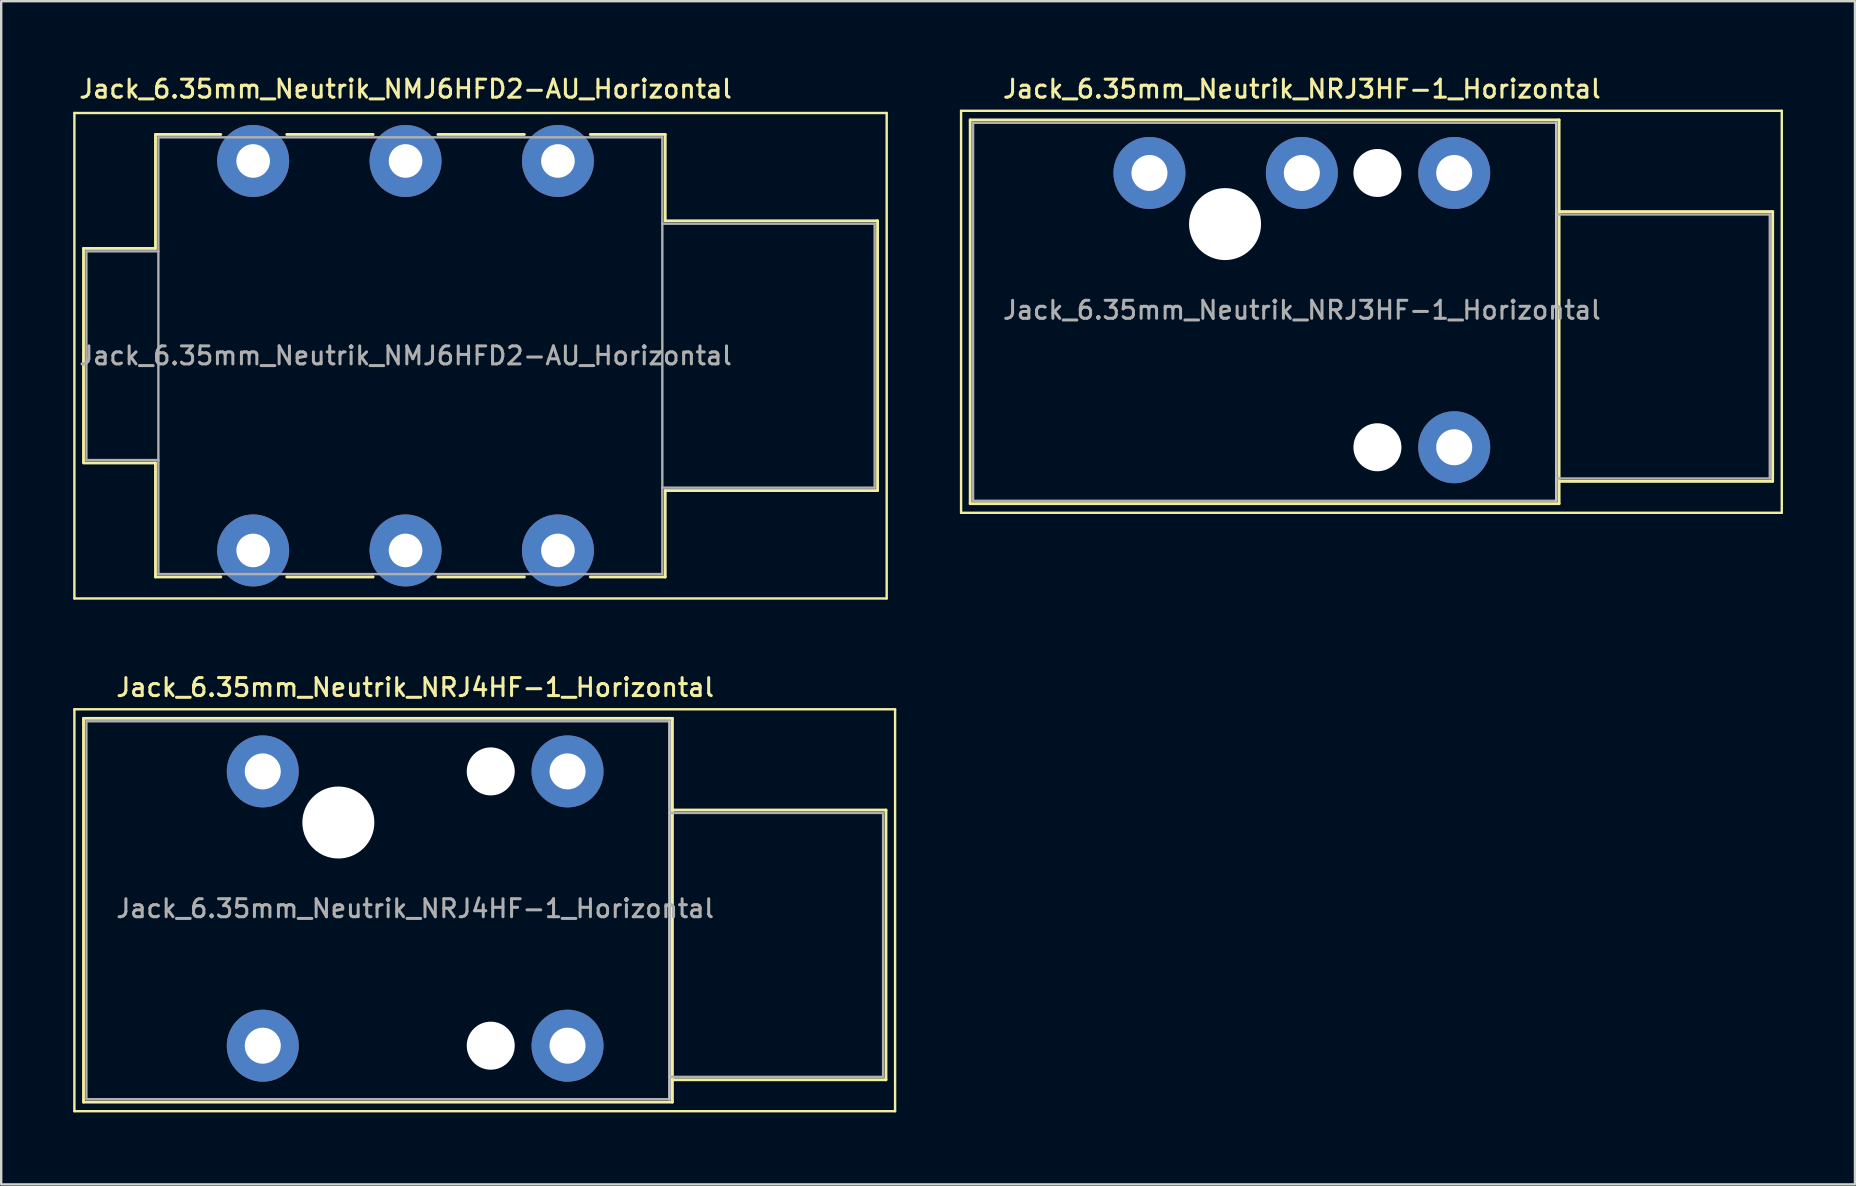
<source format=kicad_pcb>
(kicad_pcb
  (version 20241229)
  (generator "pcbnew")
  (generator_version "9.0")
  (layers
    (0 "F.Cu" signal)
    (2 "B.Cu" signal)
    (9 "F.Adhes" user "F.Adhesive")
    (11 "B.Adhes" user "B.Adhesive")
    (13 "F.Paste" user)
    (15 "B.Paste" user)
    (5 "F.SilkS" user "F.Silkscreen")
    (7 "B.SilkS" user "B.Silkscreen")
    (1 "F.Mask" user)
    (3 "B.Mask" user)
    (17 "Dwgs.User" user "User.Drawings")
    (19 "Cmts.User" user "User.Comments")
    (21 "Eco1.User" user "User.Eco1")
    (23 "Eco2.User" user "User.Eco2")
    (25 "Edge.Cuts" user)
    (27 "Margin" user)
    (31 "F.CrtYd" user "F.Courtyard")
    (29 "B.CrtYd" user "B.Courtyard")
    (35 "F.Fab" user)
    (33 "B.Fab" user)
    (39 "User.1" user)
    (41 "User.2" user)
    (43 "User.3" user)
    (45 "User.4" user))
  (footprint "Jack_6.35mm_Neutrik_NRJ3HF-1_Horizontal"
    (layer "F.Cu")
    (at 44.85 4.158)
    (property "Reference" "Jack_6.35mm_Neutrik_NRJ3HF-1_Horizontal" (at 6.35 -3.5 0) (layer "F.SilkS") (effects (font (size 0.75 0.75) (thickness 0.125))))
    (attr through_hole)
    (fp_line (start -7.85 14.16) (end -7.85 -2.59) (stroke (width 0.1) (type solid)) (layer "F.SilkS"))
    (fp_line (start -7.85 14.16) (end 26.35 14.16) (stroke (width 0.1) (type solid)) (layer "F.SilkS"))
    (fp_line (start -7.47 -2.21) (end 17.07 -2.21) (stroke (width 0.12) (type solid)) (layer "F.SilkS"))
    (fp_line (start -7.47 13.78) (end -7.47 -2.21) (stroke (width 0.12) (type solid)) (layer "F.SilkS"))
    (fp_line (start -7.47 13.78) (end 17.07 13.78) (stroke (width 0.12) (type solid)) (layer "F.SilkS"))
    (fp_line (start 17.07 -2.21) (end 17.07 13.78) (stroke (width 0.12) (type solid)) (layer "F.SilkS"))
    (fp_line (start 25.97 1.61) (end 17.07 1.61) (stroke (width 0.12) (type solid)) (layer "F.SilkS"))
    (fp_line (start 25.97 12.85) (end 17.07 12.85) (stroke (width 0.12) (type solid)) (layer "F.SilkS"))
    (fp_line (start 25.97 12.85) (end 25.97 1.61) (stroke (width 0.12) (type solid)) (layer "F.SilkS"))
    (fp_line (start 26.35 -2.59) (end -7.85 -2.59) (stroke (width 0.1) (type solid)) (layer "F.SilkS"))
    (fp_line (start 26.35 14.16) (end 26.35 -2.59) (stroke (width 0.1) (type solid)) (layer "F.SilkS"))
    (fp_line (start 16.95 -2.09) (end 16.95 13.66) (stroke (width 0.1) (type solid)) (layer "Dwgs.User"))
    (fp_line (start -7.35 -2.09) (end 16.95 -2.09) (stroke (width 0.1) (type solid)) (layer "F.Fab"))
    (fp_line (start -7.35 13.66) (end -7.35 -2.09) (stroke (width 0.1) (type solid)) (layer "F.Fab"))
    (fp_line (start 16.95 -2.09) (end 16.95 13.66) (stroke (width 0.1) (type solid)) (layer "F.Fab"))
    (fp_line (start 16.95 12.73) (end 25.85 12.73) (stroke (width 0.1) (type solid)) (layer "F.Fab"))
    (fp_line (start 16.95 13.66) (end -7.35 13.66) (stroke (width 0.1) (type solid)) (layer "F.Fab"))
    (fp_line (start 25.85 1.73) (end 16.95 1.73) (stroke (width 0.1) (type solid)) (layer "F.Fab"))
    (fp_line (start 25.85 12.73) (end 25.85 1.73) (stroke (width 0.1) (type solid)) (layer "F.Fab"))
    (fp_text user "${REFERENCE}" (at 6.35 5.715 0) (layer "F.Fab") (effects (font (size 0.75 0.75) (thickness 0.125))))
    (pad "" np_thru_hole circle (at 3.15 2.13) (size 3 3) (drill 3) (layers "*.Cu" "*.Mask"))
    (pad "" np_thru_hole circle (at 9.5 0) (size 2 2) (drill 2) (layers "*.Cu" "*.Mask"))
    (pad "" np_thru_hole circle (at 9.5 11.43) (size 2 2) (drill 2) (layers "*.Cu" "*.Mask"))
    (pad "G" thru_hole circle (at 12.7 11.43) (size 3 3) (drill 1.5) (layers "*.Cu" "*.Mask"))
    (pad "R" thru_hole circle (at 6.35 0) (size 3 3) (drill 1.5) (layers "*.Cu" "*.Mask"))
    (pad "S" thru_hole circle (at 12.7 0) (size 3 3) (drill 1.5) (layers "*.Cu" "*.Mask"))
    (pad "T" thru_hole circle (at 0 0) (size 3 3) (drill 1.5) (layers "*.Cu" "*.Mask")))
  (footprint "Jack_6.35mm_Neutrik_NRJ4HF-1_Horizontal"
    (layer "F.Cu")
    (at 7.9 29.096)
    (property "Reference" "Jack_6.35mm_Neutrik_NRJ4HF-1_Horizontal" (at 6.35 -3.5 0) (layer "F.SilkS") (effects (font (size 0.75 0.75) (thickness 0.125))))
    (attr through_hole)
    (fp_line (start -7.85 14.16) (end -7.85 -2.59) (stroke (width 0.1) (type solid)) (layer "F.SilkS"))
    (fp_line (start -7.85 14.16) (end 26.35 14.16) (stroke (width 0.1) (type solid)) (layer "F.SilkS"))
    (fp_line (start -7.47 -2.21) (end 17.07 -2.21) (stroke (width 0.12) (type solid)) (layer "F.SilkS"))
    (fp_line (start -7.47 13.78) (end -7.47 -2.21) (stroke (width 0.12) (type solid)) (layer "F.SilkS"))
    (fp_line (start -7.47 13.78) (end 17.07 13.78) (stroke (width 0.12) (type solid)) (layer "F.SilkS"))
    (fp_line (start 17.07 -2.21) (end 17.07 13.78) (stroke (width 0.12) (type solid)) (layer "F.SilkS"))
    (fp_line (start 25.97 1.61) (end 17.07 1.61) (stroke (width 0.12) (type solid)) (layer "F.SilkS"))
    (fp_line (start 25.97 12.85) (end 17.07 12.85) (stroke (width 0.12) (type solid)) (layer "F.SilkS"))
    (fp_line (start 25.97 12.85) (end 25.97 1.61) (stroke (width 0.12) (type solid)) (layer "F.SilkS"))
    (fp_line (start 26.35 -2.59) (end -7.85 -2.59) (stroke (width 0.1) (type solid)) (layer "F.SilkS"))
    (fp_line (start 26.35 14.16) (end 26.35 -2.59) (stroke (width 0.1) (type solid)) (layer "F.SilkS"))
    (fp_line (start 16.95 -2.09) (end 16.95 13.66) (stroke (width 0.1) (type solid)) (layer "Dwgs.User"))
    (fp_line (start -7.35 -2.09) (end 16.95 -2.09) (stroke (width 0.1) (type solid)) (layer "F.Fab"))
    (fp_line (start -7.35 13.66) (end -7.35 -2.09) (stroke (width 0.1) (type solid)) (layer "F.Fab"))
    (fp_line (start 16.95 -2.09) (end 16.95 13.66) (stroke (width 0.1) (type solid)) (layer "F.Fab"))
    (fp_line (start 16.95 12.73) (end 25.85 12.73) (stroke (width 0.1) (type solid)) (layer "F.Fab"))
    (fp_line (start 16.95 13.66) (end -7.35 13.66) (stroke (width 0.1) (type solid)) (layer "F.Fab"))
    (fp_line (start 25.85 1.73) (end 16.95 1.73) (stroke (width 0.1) (type solid)) (layer "F.Fab"))
    (fp_line (start 25.85 12.73) (end 25.85 1.73) (stroke (width 0.1) (type solid)) (layer "F.Fab"))
    (fp_text user "${REFERENCE}" (at 6.35 5.715 0) (layer "F.Fab") (effects (font (size 0.75 0.75) (thickness 0.125))))
    (pad "" np_thru_hole circle (at 3.15 2.13) (size 3 3) (drill 3) (layers "*.Cu" "*.Mask"))
    (pad "" np_thru_hole circle (at 9.5 0) (size 2 2) (drill 2) (layers "*.Cu" "*.Mask"))
    (pad "" np_thru_hole circle (at 9.5 11.43) (size 2 2) (drill 2) (layers "*.Cu" "*.Mask"))
    (pad "G" thru_hole circle (at 12.7 11.43) (size 3 3) (drill 1.5) (layers "*.Cu" "*.Mask"))
    (pad "S" thru_hole circle (at 12.7 0) (size 3 3) (drill 1.5) (layers "*.Cu" "*.Mask"))
    (pad "T" thru_hole circle (at 0 0) (size 3 3) (drill 1.5) (layers "*.Cu" "*.Mask"))
    (pad "TN" thru_hole circle (at 0 11.43) (size 3 3) (drill 1.5) (layers "*.Cu" "*.Mask")))
  (footprint "Jack_6.35mm_Neutrik_NMJ6HFD2-AU_Horizontal"
    (layer "F.Cu")
    (at 7.5 3.658)
    (property "Reference" "Jack_6.35mm_Neutrik_NMJ6HFD2-AU_Horizontal" (at 6.35 -3 0) (layer "F.SilkS") (effects (font (size 0.75 0.75) (thickness 0.125))))
    (attr through_hole)
    (fp_line (start -7.45 18.23) (end -7.45 -2) (stroke (width 0.1) (type solid)) (layer "F.SilkS"))
    (fp_line (start -7.45 18.23) (end 26.4 18.23) (stroke (width 0.1) (type solid)) (layer "F.SilkS"))
    (fp_line (start -7.07 3.645) (end -4.07 3.645) (stroke (width 0.12) (type solid)) (layer "F.SilkS"))
    (fp_line (start -7.07 12.545) (end -7.07 3.645) (stroke (width 0.12) (type solid)) (layer "F.SilkS"))
    (fp_line (start -7.07 12.585) (end -4.07 12.585) (stroke (width 0.12) (type solid)) (layer "F.SilkS"))
    (fp_line (start -4.07 -1.105) (end -1.35 -1.105) (stroke (width 0.12) (type solid)) (layer "F.SilkS"))
    (fp_line (start -4.07 3.645) (end -4.07 -1.105) (stroke (width 0.12) (type solid)) (layer "F.SilkS"))
    (fp_line (start -4.07 17.335) (end -4.07 12.585) (stroke (width 0.12) (type solid)) (layer "F.SilkS"))
    (fp_line (start -1.35 17.335) (end -4.07 17.335) (stroke (width 0.12) (type solid)) (layer "F.SilkS"))
    (fp_line (start 1.4 -1.105) (end 5 -1.105) (stroke (width 0.12) (type solid)) (layer "F.SilkS"))
    (fp_line (start 5 17.335) (end 1.4 17.335) (stroke (width 0.12) (type solid)) (layer "F.SilkS"))
    (fp_line (start 7.7 -1.105) (end 11.3 -1.105) (stroke (width 0.12) (type solid)) (layer "F.SilkS"))
    (fp_line (start 11.3 17.335) (end 7.7 17.335) (stroke (width 0.12) (type solid)) (layer "F.SilkS"))
    (fp_line (start 17.17 -1.105) (end 14.05 -1.105) (stroke (width 0.12) (type solid)) (layer "F.SilkS"))
    (fp_line (start 17.17 2.495) (end 17.17 -1.105) (stroke (width 0.12) (type solid)) (layer "F.SilkS"))
    (fp_line (start 17.17 2.495) (end 26.02 2.495) (stroke (width 0.12) (type solid)) (layer "F.SilkS"))
    (fp_line (start 17.17 13.735) (end 26.02 13.735) (stroke (width 0.12) (type solid)) (layer "F.SilkS"))
    (fp_line (start 17.17 17.335) (end 14.05 17.335) (stroke (width 0.12) (type solid)) (layer "F.SilkS"))
    (fp_line (start 17.17 17.335) (end 17.17 13.735) (stroke (width 0.12) (type solid)) (layer "F.SilkS"))
    (fp_line (start 26.02 13.735) (end 26.02 2.495) (stroke (width 0.12) (type solid)) (layer "F.SilkS"))
    (fp_line (start 26.4 -2) (end -7.45 -2) (stroke (width 0.1) (type solid)) (layer "F.SilkS"))
    (fp_line (start 26.4 18.23) (end 26.4 -2) (stroke (width 0.1) (type solid)) (layer "F.SilkS"))
    (fp_line (start -6.95 3.765) (end -3.95 3.765) (stroke (width 0.1) (type solid)) (layer "F.Fab"))
    (fp_line (start -6.95 12.465) (end -6.95 3.765) (stroke (width 0.1) (type solid)) (layer "F.Fab"))
    (fp_line (start -6.95 12.465) (end -3.95 12.465) (stroke (width 0.1) (type solid)) (layer "F.Fab"))
    (fp_line (start -3.95 17.215) (end -3.95 -0.985) (stroke (width 0.1) (type solid)) (layer "F.Fab"))
    (fp_line (start 17.05 -0.985) (end -3.95 -0.985) (stroke (width 0.1) (type solid)) (layer "F.Fab"))
    (fp_line (start 17.05 17.215) (end -3.95 17.215) (stroke (width 0.1) (type solid)) (layer "F.Fab"))
    (fp_line (start 17.05 17.215) (end 17.05 -0.985) (stroke (width 0.1) (type solid)) (layer "F.Fab"))
    (fp_line (start 25.9 2.615) (end 17.05 2.615) (stroke (width 0.1) (type solid)) (layer "F.Fab"))
    (fp_line (start 25.9 13.615) (end 17.05 13.615) (stroke (width 0.1) (type solid)) (layer "F.Fab"))
    (fp_line (start 25.9 13.615) (end 25.9 2.615) (stroke (width 0.1) (type solid)) (layer "F.Fab"))
    (fp_text user "${REFERENCE}" (at 6.35 8.115 0) (layer "F.Fab") (effects (font (size 0.75 0.75) (thickness 0.125))))
    (pad "R" thru_hole circle (at 6.35 0) (size 3 3) (drill 1.4) (layers "*.Cu" "*.Mask"))
    (pad "RN" thru_hole circle (at 6.35 16.23) (size 3 3) (drill 1.4) (layers "*.Cu" "*.Mask"))
    (pad "S" thru_hole circle (at 12.7 0) (size 3 3) (drill 1.4) (layers "*.Cu" "*.Mask"))
    (pad "SN" thru_hole circle (at 12.7 16.23) (size 3 3) (drill 1.4) (layers "*.Cu" "*.Mask"))
    (pad "T" thru_hole circle (at 0 0) (size 3 3) (drill 1.4) (layers "*.Cu" "*.Mask"))
    (pad "TN" thru_hole circle (at 0 16.23) (size 3 3) (drill 1.4) (layers "*.Cu" "*.Mask")))
  (gr_rect
    (start -3 -3)
    (end 74.25 46.306)
    (stroke (width 0.1) (type default))
    (fill no)
    (layer "Edge.Cuts")))
</source>
